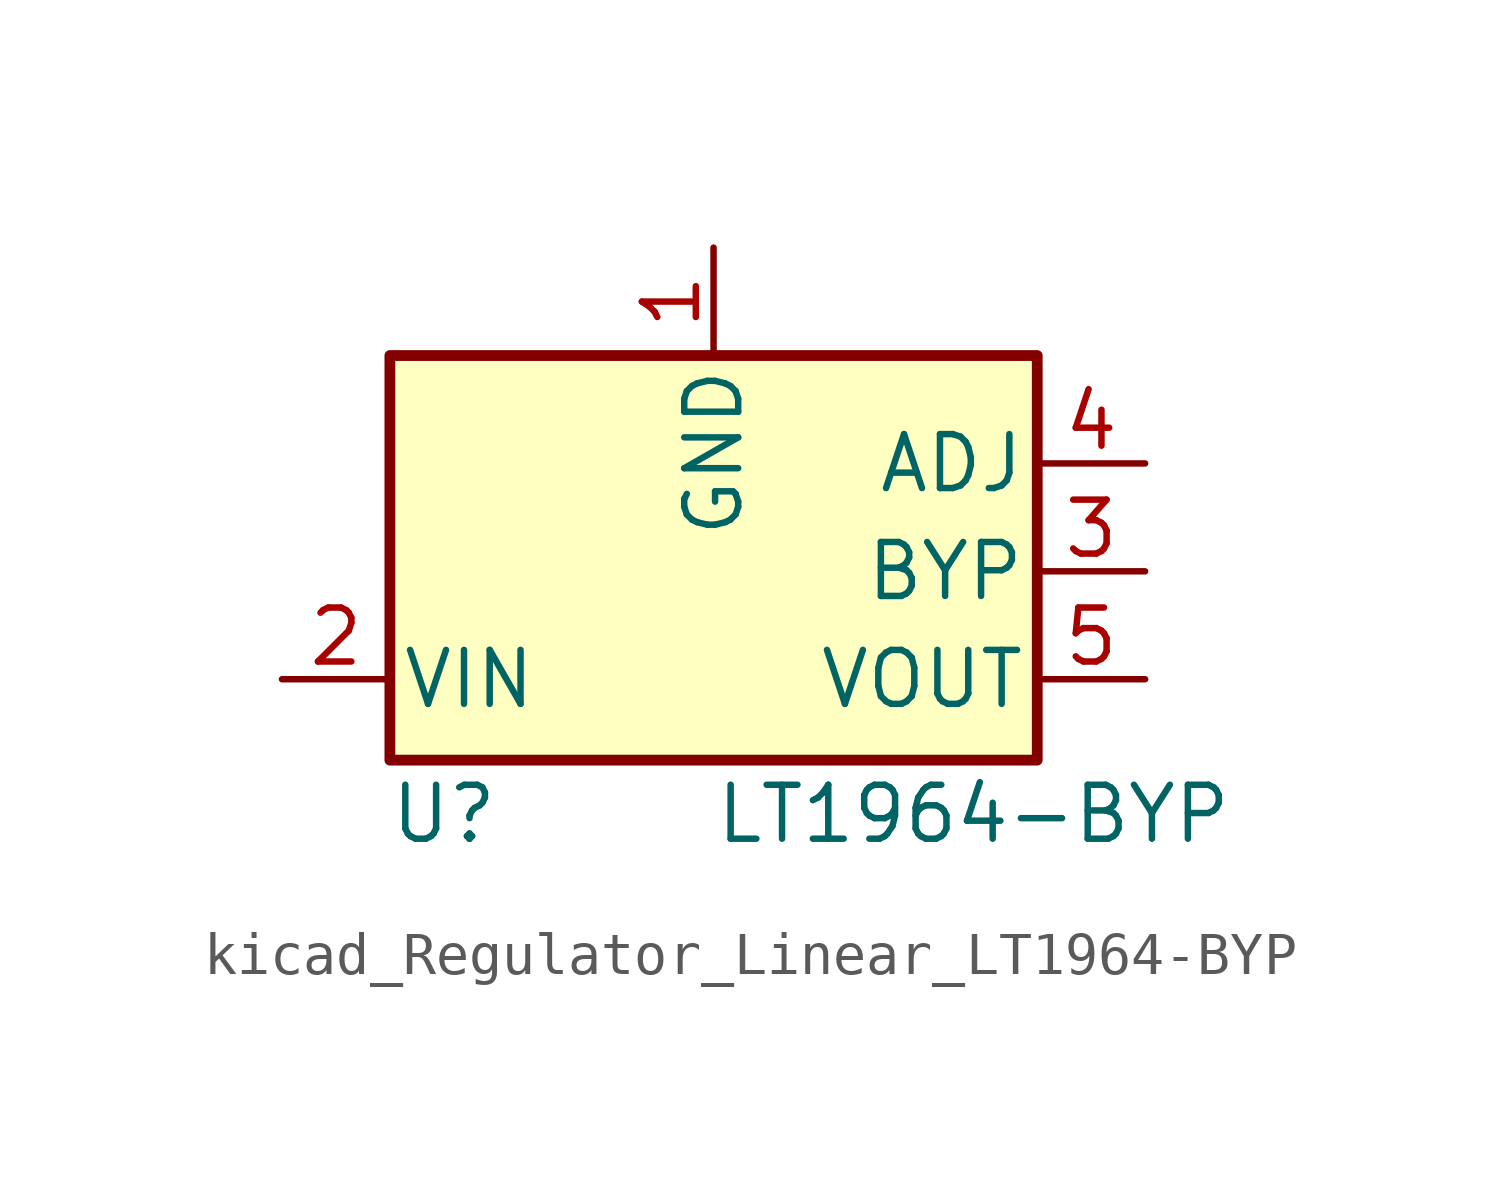
<source format=kicad_sym>
(kicad_symbol_lib
  (version 20220914)
  (generator kicad_symbol_editor)
  (symbol "kicad_Regulator_Linear_LT1964-BYP"
    (pin_names
      (offset 0.254))
    (property "Reference" "U"
      (at -6.35 -5.715 0)
      (effects (font (size 1.27 1.27))))
    (property "Value" "LT1964-BYP"
      (at 0 -5.715 0)
      (effects (font (size 1.27 1.27)) (justify left)))
    (symbol "kicad_Regulator_Linear_LT1964-BYP_0_1"
      (rectangle (start -7.62 5.08) (end 7.62 -4.445) (stroke (width 0.254) (type default)) (fill (type background))))
    (symbol "kicad_Regulator_Linear_LT1964-BYP_1_1"
      (pin power_in line (at 0 7.62 270) (length 2.54) (name "GND" (effects (font (size 1.27 1.27)))) (number "1" (effects (font (size 1.27 1.27)))))
      (pin power_in line (at -10.16 -2.54 0) (length 2.54) (name "VIN" (effects (font (size 1.27 1.27)))) (number "2" (effects (font (size 1.27 1.27)))))
      (pin passive line (at 10.16 0 180) (length 2.54) (name "BYP" (effects (font (size 1.27 1.27)))) (number "3" (effects (font (size 1.27 1.27)))))
      (pin input line (at 10.16 2.54 180) (length 2.54) (name "ADJ" (effects (font (size 1.27 1.27)))) (number "4" (effects (font (size 1.27 1.27)))))
      (pin power_out line (at 10.16 -2.54 180) (length 2.54) (name "VOUT" (effects (font (size 1.27 1.27)))) (number "5" (effects (font (size 1.27 1.27))))))))
</source>
